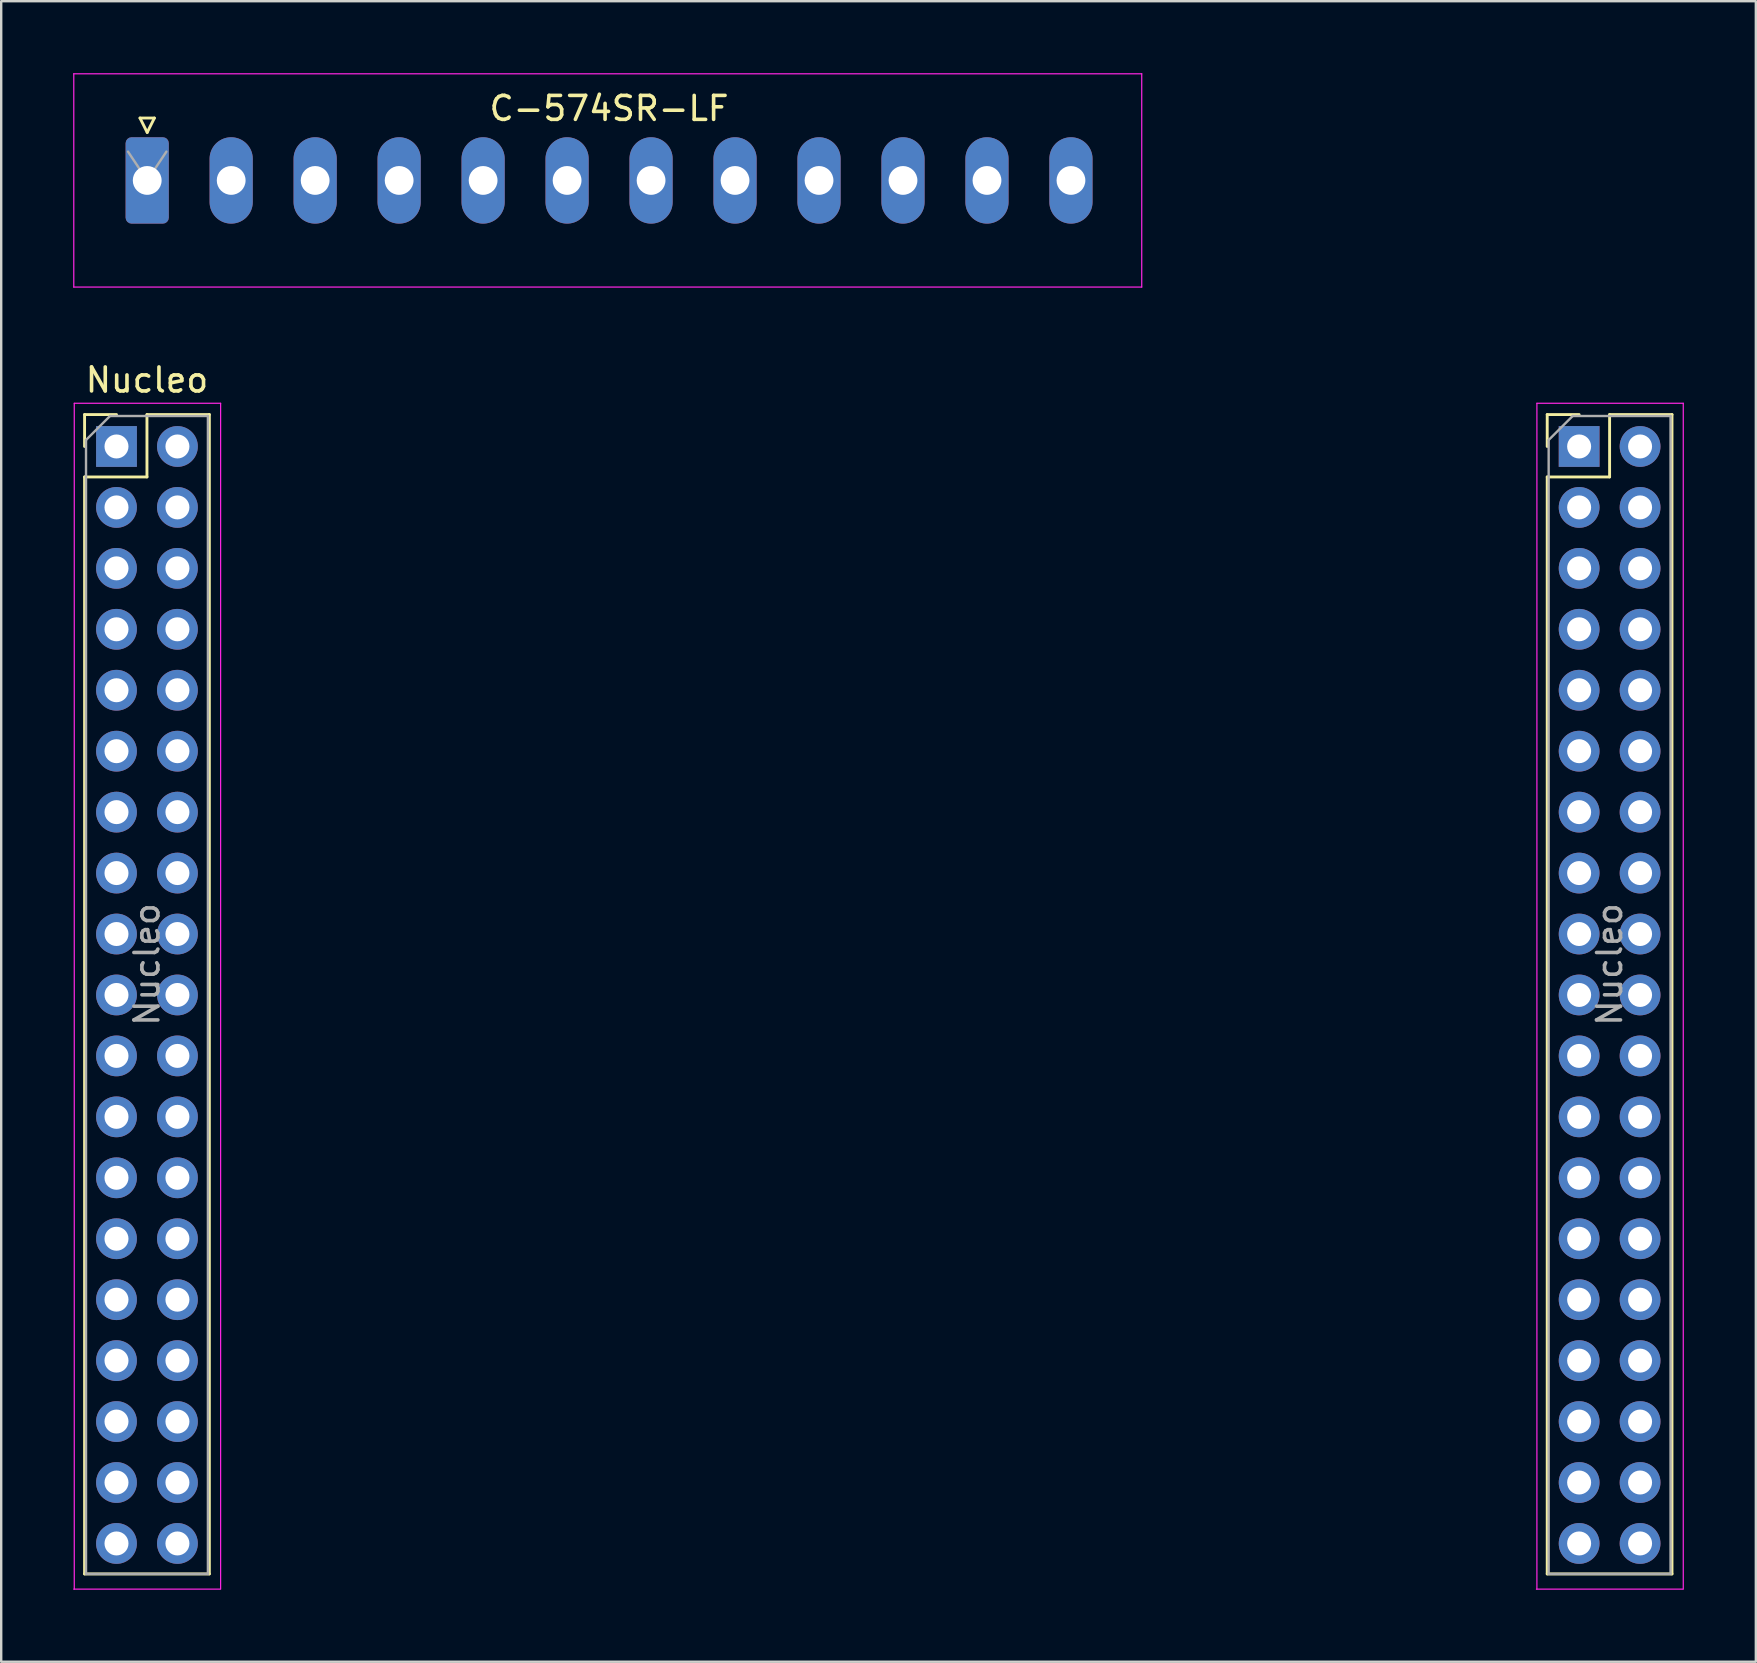
<source format=kicad_pcb>
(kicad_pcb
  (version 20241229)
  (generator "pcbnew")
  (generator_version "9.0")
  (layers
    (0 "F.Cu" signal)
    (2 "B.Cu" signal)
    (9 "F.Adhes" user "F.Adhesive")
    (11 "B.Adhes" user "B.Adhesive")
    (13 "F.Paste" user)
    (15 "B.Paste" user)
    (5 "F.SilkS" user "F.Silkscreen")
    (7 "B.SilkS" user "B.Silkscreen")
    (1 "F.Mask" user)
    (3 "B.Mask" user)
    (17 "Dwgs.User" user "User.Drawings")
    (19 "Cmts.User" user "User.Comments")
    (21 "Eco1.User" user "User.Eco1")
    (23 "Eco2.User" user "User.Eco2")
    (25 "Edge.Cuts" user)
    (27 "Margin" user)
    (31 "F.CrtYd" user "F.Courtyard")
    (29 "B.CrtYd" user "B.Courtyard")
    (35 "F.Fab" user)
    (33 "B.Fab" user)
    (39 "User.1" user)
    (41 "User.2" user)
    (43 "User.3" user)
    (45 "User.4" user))
  (footprint "Nucleo"
    (layer "F.Cu")
    (at 1.805 15.558)
    (property "Reference" "Nucleo" (at 1.27 -2.77 0) (layer "F.SilkS") (effects (font (size 1 1) (thickness 0.15))))
    (attr through_hole)
    (fp_line (start -1.33 -1.33) (end -1.33 0) (stroke (width 0.12) (type solid)) (layer "F.SilkS"))
    (fp_line (start -1.33 1.27) (end -1.33 46.99) (stroke (width 0.12) (type solid)) (layer "F.SilkS"))
    (fp_line (start 0 -1.33) (end -1.33 -1.33) (stroke (width 0.12) (type solid)) (layer "F.SilkS"))
    (fp_line (start 1.27 -1.33) (end 1.27 1.27) (stroke (width 0.12) (type solid)) (layer "F.SilkS"))
    (fp_line (start 1.27 1.27) (end -1.33 1.27) (stroke (width 0.12) (type solid)) (layer "F.SilkS"))
    (fp_line (start 3.87 -1.33) (end 1.27 -1.33) (stroke (width 0.12) (type solid)) (layer "F.SilkS"))
    (fp_line (start 3.87 -1.33) (end 3.87 46.99) (stroke (width 0.12) (type solid)) (layer "F.SilkS"))
    (fp_line (start 3.87 46.99) (end -1.33 46.99) (stroke (width 0.12) (type solid)) (layer "F.SilkS"))
    (fp_line (start 59.63 -1.33) (end 59.63 0) (stroke (width 0.12) (type solid)) (layer "F.SilkS"))
    (fp_line (start 59.63 1.27) (end 59.63 46.99) (stroke (width 0.12) (type solid)) (layer "F.SilkS"))
    (fp_line (start 60.96 -1.33) (end 59.63 -1.33) (stroke (width 0.12) (type solid)) (layer "F.SilkS"))
    (fp_line (start 62.23 -1.33) (end 62.23 1.27) (stroke (width 0.12) (type solid)) (layer "F.SilkS"))
    (fp_line (start 62.23 1.27) (end 59.63 1.27) (stroke (width 0.12) (type solid)) (layer "F.SilkS"))
    (fp_line (start 64.83 -1.33) (end 62.23 -1.33) (stroke (width 0.12) (type solid)) (layer "F.SilkS"))
    (fp_line (start 64.83 -1.33) (end 64.83 46.99) (stroke (width 0.12) (type solid)) (layer "F.SilkS"))
    (fp_line (start 64.83 46.99) (end 59.63 46.99) (stroke (width 0.12) (type solid)) (layer "F.SilkS"))
    (fp_line (start -1.78 47.625) (end 4.32 47.625) (stroke (width 0.05) (type solid)) (layer "F.CrtYd"))
    (fp_line (start -1.76 -1.8) (end -1.76 47.625) (stroke (width 0.05) (type solid)) (layer "F.CrtYd"))
    (fp_line (start 4.34 -1.8) (end -1.76 -1.8) (stroke (width 0.05) (type solid)) (layer "F.CrtYd"))
    (fp_line (start 4.34 47.625) (end 4.34 -1.8) (stroke (width 0.05) (type solid)) (layer "F.CrtYd"))
    (fp_line (start 59.18 47.625) (end 65.28 47.625) (stroke (width 0.05) (type solid)) (layer "F.CrtYd"))
    (fp_line (start 59.2 -1.8) (end 59.2 47.625) (stroke (width 0.05) (type solid)) (layer "F.CrtYd"))
    (fp_line (start 65.3 -1.8) (end 59.2 -1.8) (stroke (width 0.05) (type solid)) (layer "F.CrtYd"))
    (fp_line (start 65.3 47.625) (end 65.3 -1.8) (stroke (width 0.05) (type solid)) (layer "F.CrtYd"))
    (fp_line (start -1.27 -0.27) (end -1.27 46.99) (stroke (width 0.1) (type solid)) (layer "F.Fab"))
    (fp_line (start -1.27 46.99) (end 3.81 46.99) (stroke (width 0.1) (type solid)) (layer "F.Fab"))
    (fp_line (start -0.27 -1.27) (end -1.27 -0.27) (stroke (width 0.1) (type solid)) (layer "F.Fab"))
    (fp_line (start 3.81 -1.27) (end -0.27 -1.27) (stroke (width 0.1) (type solid)) (layer "F.Fab"))
    (fp_line (start 3.81 46.99) (end 3.81 -1.27) (stroke (width 0.1) (type solid)) (layer "F.Fab"))
    (fp_line (start 59.69 -0.27) (end 59.69 46.99) (stroke (width 0.1) (type solid)) (layer "F.Fab"))
    (fp_line (start 59.69 46.99) (end 64.77 46.99) (stroke (width 0.1) (type solid)) (layer "F.Fab"))
    (fp_line (start 60.69 -1.27) (end 59.69 -0.27) (stroke (width 0.1) (type solid)) (layer "F.Fab"))
    (fp_line (start 64.77 -1.27) (end 60.69 -1.27) (stroke (width 0.1) (type solid)) (layer "F.Fab"))
    (fp_line (start 64.77 46.99) (end 64.77 -1.27) (stroke (width 0.1) (type solid)) (layer "F.Fab"))
    (fp_text user "${REFERENCE}" (at 62.23 21.59 90) (layer "F.Fab") (effects (font (size 1 1) (thickness 0.15))))
    (fp_text user "${REFERENCE}" (at 1.27 21.59 90) (layer "F.Fab") (effects (font (size 1 1) (thickness 0.15))))
    (pad "1" thru_hole rect (at 0 0) (size 1.7 1.7) (drill 1) (layers "*.Cu" "*.Mask"))
    (pad "2" thru_hole oval (at 2.54 0) (size 1.7 1.7) (drill 1) (layers "*.Cu" "*.Mask"))
    (pad "3" thru_hole oval (at 0 2.54) (size 1.7 1.7) (drill 1) (layers "*.Cu" "*.Mask"))
    (pad "4" thru_hole oval (at 2.54 2.54) (size 1.7 1.7) (drill 1) (layers "*.Cu" "*.Mask"))
    (pad "5" thru_hole oval (at 0 5.08) (size 1.7 1.7) (drill 1) (layers "*.Cu" "*.Mask"))
    (pad "6" thru_hole oval (at 2.54 5.08) (size 1.7 1.7) (drill 1) (layers "*.Cu" "*.Mask"))
    (pad "7" thru_hole oval (at 0 7.62) (size 1.7 1.7) (drill 1) (layers "*.Cu" "*.Mask"))
    (pad "8" thru_hole oval (at 2.54 7.62) (size 1.7 1.7) (drill 1) (layers "*.Cu" "*.Mask"))
    (pad "9" thru_hole oval (at 0 10.16) (size 1.7 1.7) (drill 1) (layers "*.Cu" "*.Mask"))
    (pad "10" thru_hole oval (at 2.54 10.16) (size 1.7 1.7) (drill 1) (layers "*.Cu" "*.Mask"))
    (pad "11" thru_hole oval (at 0 12.7) (size 1.7 1.7) (drill 1) (layers "*.Cu" "*.Mask"))
    (pad "12" thru_hole oval (at 2.54 12.7) (size 1.7 1.7) (drill 1) (layers "*.Cu" "*.Mask"))
    (pad "13" thru_hole oval (at 0 15.24) (size 1.7 1.7) (drill 1) (layers "*.Cu" "*.Mask"))
    (pad "14" thru_hole oval (at 2.54 15.24) (size 1.7 1.7) (drill 1) (layers "*.Cu" "*.Mask"))
    (pad "15" thru_hole oval (at 0 17.78) (size 1.7 1.7) (drill 1) (layers "*.Cu" "*.Mask"))
    (pad "16" thru_hole oval (at 2.54 17.78) (size 1.7 1.7) (drill 1) (layers "*.Cu" "*.Mask"))
    (pad "17" thru_hole oval (at 0 20.32) (size 1.7 1.7) (drill 1) (layers "*.Cu" "*.Mask"))
    (pad "18" thru_hole oval (at 2.54 20.32) (size 1.7 1.7) (drill 1) (layers "*.Cu" "*.Mask"))
    (pad "19" thru_hole oval (at 0 22.86) (size 1.7 1.7) (drill 1) (layers "*.Cu" "*.Mask"))
    (pad "20" thru_hole oval (at 2.54 22.86) (size 1.7 1.7) (drill 1) (layers "*.Cu" "*.Mask"))
    (pad "21" thru_hole oval (at 0 25.4) (size 1.7 1.7) (drill 1) (layers "*.Cu" "*.Mask"))
    (pad "22" thru_hole oval (at 2.54 25.4) (size 1.7 1.7) (drill 1) (layers "*.Cu" "*.Mask"))
    (pad "23" thru_hole oval (at 0 27.94) (size 1.7 1.7) (drill 1) (layers "*.Cu" "*.Mask"))
    (pad "24" thru_hole oval (at 2.54 27.94) (size 1.7 1.7) (drill 1) (layers "*.Cu" "*.Mask"))
    (pad "25" thru_hole oval (at 0 30.48) (size 1.7 1.7) (drill 1) (layers "*.Cu" "*.Mask"))
    (pad "26" thru_hole oval (at 2.54 30.48) (size 1.7 1.7) (drill 1) (layers "*.Cu" "*.Mask"))
    (pad "27" thru_hole oval (at 0 33.02) (size 1.7 1.7) (drill 1) (layers "*.Cu" "*.Mask"))
    (pad "28" thru_hole oval (at 2.54 33.02) (size 1.7 1.7) (drill 1) (layers "*.Cu" "*.Mask"))
    (pad "29" thru_hole oval (at 0 35.56) (size 1.7 1.7) (drill 1) (layers "*.Cu" "*.Mask"))
    (pad "30" thru_hole oval (at 2.54 35.56) (size 1.7 1.7) (drill 1) (layers "*.Cu" "*.Mask"))
    (pad "31" thru_hole oval (at 0 38.1) (size 1.7 1.7) (drill 1) (layers "*.Cu" "*.Mask"))
    (pad "32" thru_hole oval (at 2.54 38.1) (size 1.7 1.7) (drill 1) (layers "*.Cu" "*.Mask"))
    (pad "33" thru_hole oval (at 0 40.64) (size 1.7 1.7) (drill 1) (layers "*.Cu" "*.Mask"))
    (pad "34" thru_hole oval (at 2.54 40.64) (size 1.7 1.7) (drill 1) (layers "*.Cu" "*.Mask"))
    (pad "35" thru_hole oval (at 0 43.18) (size 1.7 1.7) (drill 1) (layers "*.Cu" "*.Mask"))
    (pad "36" thru_hole oval (at 2.54 43.18) (size 1.7 1.7) (drill 1) (layers "*.Cu" "*.Mask"))
    (pad "37" thru_hole oval (at 0 45.72) (size 1.7 1.7) (drill 1) (layers "*.Cu" "*.Mask"))
    (pad "38" thru_hole oval (at 2.54 45.72) (size 1.7 1.7) (drill 1) (layers "*.Cu" "*.Mask"))
    (pad "39" thru_hole rect (at 60.96 0) (size 1.7 1.7) (drill 1) (layers "*.Cu" "*.Mask"))
    (pad "40" thru_hole oval (at 63.5 0) (size 1.7 1.7) (drill 1) (layers "*.Cu" "*.Mask"))
    (pad "41" thru_hole oval (at 60.96 2.54) (size 1.7 1.7) (drill 1) (layers "*.Cu" "*.Mask"))
    (pad "42" thru_hole oval (at 63.5 2.54) (size 1.7 1.7) (drill 1) (layers "*.Cu" "*.Mask"))
    (pad "43" thru_hole oval (at 60.96 5.08) (size 1.7 1.7) (drill 1) (layers "*.Cu" "*.Mask"))
    (pad "44" thru_hole oval (at 63.5 5.08) (size 1.7 1.7) (drill 1) (layers "*.Cu" "*.Mask"))
    (pad "45" thru_hole oval (at 60.96 7.62) (size 1.7 1.7) (drill 1) (layers "*.Cu" "*.Mask"))
    (pad "46" thru_hole oval (at 63.5 7.62) (size 1.7 1.7) (drill 1) (layers "*.Cu" "*.Mask"))
    (pad "47" thru_hole oval (at 60.96 10.16) (size 1.7 1.7) (drill 1) (layers "*.Cu" "*.Mask"))
    (pad "48" thru_hole oval (at 63.5 10.16) (size 1.7 1.7) (drill 1) (layers "*.Cu" "*.Mask"))
    (pad "49" thru_hole oval (at 60.96 12.7) (size 1.7 1.7) (drill 1) (layers "*.Cu" "*.Mask"))
    (pad "50" thru_hole oval (at 63.5 12.7) (size 1.7 1.7) (drill 1) (layers "*.Cu" "*.Mask"))
    (pad "51" thru_hole oval (at 60.96 15.24) (size 1.7 1.7) (drill 1) (layers "*.Cu" "*.Mask"))
    (pad "52" thru_hole oval (at 63.5 15.24) (size 1.7 1.7) (drill 1) (layers "*.Cu" "*.Mask"))
    (pad "53" thru_hole oval (at 60.96 17.78) (size 1.7 1.7) (drill 1) (layers "*.Cu" "*.Mask"))
    (pad "54" thru_hole oval (at 63.5 17.78) (size 1.7 1.7) (drill 1) (layers "*.Cu" "*.Mask"))
    (pad "55" thru_hole oval (at 60.96 20.32) (size 1.7 1.7) (drill 1) (layers "*.Cu" "*.Mask"))
    (pad "56" thru_hole oval (at 63.5 20.32) (size 1.7 1.7) (drill 1) (layers "*.Cu" "*.Mask"))
    (pad "57" thru_hole oval (at 60.96 22.86) (size 1.7 1.7) (drill 1) (layers "*.Cu" "*.Mask"))
    (pad "58" thru_hole oval (at 63.5 22.86) (size 1.7 1.7) (drill 1) (layers "*.Cu" "*.Mask"))
    (pad "59" thru_hole oval (at 60.96 25.4) (size 1.7 1.7) (drill 1) (layers "*.Cu" "*.Mask"))
    (pad "60" thru_hole oval (at 63.5 25.4) (size 1.7 1.7) (drill 1) (layers "*.Cu" "*.Mask"))
    (pad "61" thru_hole oval (at 60.96 27.94) (size 1.7 1.7) (drill 1) (layers "*.Cu" "*.Mask"))
    (pad "62" thru_hole oval (at 63.5 27.94) (size 1.7 1.7) (drill 1) (layers "*.Cu" "*.Mask"))
    (pad "63" thru_hole oval (at 60.96 30.48) (size 1.7 1.7) (drill 1) (layers "*.Cu" "*.Mask"))
    (pad "64" thru_hole oval (at 63.5 30.48) (size 1.7 1.7) (drill 1) (layers "*.Cu" "*.Mask"))
    (pad "65" thru_hole oval (at 60.96 33.02) (size 1.7 1.7) (drill 1) (layers "*.Cu" "*.Mask"))
    (pad "66" thru_hole oval (at 63.5 33.02) (size 1.7 1.7) (drill 1) (layers "*.Cu" "*.Mask"))
    (pad "67" thru_hole oval (at 60.96 35.56) (size 1.7 1.7) (drill 1) (layers "*.Cu" "*.Mask"))
    (pad "68" thru_hole oval (at 63.5 35.56) (size 1.7 1.7) (drill 1) (layers "*.Cu" "*.Mask"))
    (pad "69" thru_hole oval (at 60.96 38.1) (size 1.7 1.7) (drill 1) (layers "*.Cu" "*.Mask"))
    (pad "70" thru_hole oval (at 63.5 38.1) (size 1.7 1.7) (drill 1) (layers "*.Cu" "*.Mask"))
    (pad "71" thru_hole oval (at 60.96 40.64) (size 1.7 1.7) (drill 1) (layers "*.Cu" "*.Mask"))
    (pad "72" thru_hole oval (at 63.5 40.64) (size 1.7 1.7) (drill 1) (layers "*.Cu" "*.Mask"))
    (pad "73" thru_hole oval (at 60.96 43.18) (size 1.7 1.7) (drill 1) (layers "*.Cu" "*.Mask"))
    (pad "74" thru_hole oval (at 63.5 43.18) (size 1.7 1.7) (drill 1) (layers "*.Cu" "*.Mask"))
    (pad "75" thru_hole oval (at 60.96 45.72) (size 1.7 1.7) (drill 1) (layers "*.Cu" "*.Mask"))
    (pad "76" thru_hole oval (at 63.5 45.72) (size 1.7 1.7) (drill 1) (layers "*.Cu" "*.Mask")))
  (footprint "C-574SR-LF"
    (layer "F.Cu")
    (at 3.085 4.47)
    (property "Reference" "C-574SR-LF" (at 19.25 -3 0) (layer "F.SilkS") (effects (font (size 1 1) (thickness 0.15))))
    (attr through_hole)
    (fp_line (start -0.3 -2.6) (end 0.3 -2.6) (stroke (width 0.12) (type solid)) (layer "F.SilkS"))
    (fp_line (start 0 -2) (end -0.3 -2.6) (stroke (width 0.12) (type solid)) (layer "F.SilkS"))
    (fp_line (start 0.3 -2.6) (end 0 -2) (stroke (width 0.12) (type solid)) (layer "F.SilkS"))
    (fp_line (start -3.06 -4.445) (end -3.06 4.445) (stroke (width 0.05) (type solid)) (layer "F.CrtYd"))
    (fp_line (start -3.06 4.445) (end 41.45 4.445) (stroke (width 0.05) (type solid)) (layer "F.CrtYd"))
    (fp_line (start 41.45 -4.445) (end -3.06 -4.445) (stroke (width 0.05) (type solid)) (layer "F.CrtYd"))
    (fp_line (start 41.45 4.445) (end 41.45 -4.445) (stroke (width 0.05) (type solid)) (layer "F.CrtYd"))
    (fp_line (start 0 0) (end -0.8 -1.2) (stroke (width 0.1) (type solid)) (layer "F.Fab"))
    (fp_line (start 0.8 -1.2) (end 0 0) (stroke (width 0.1) (type solid)) (layer "F.Fab"))
    (pad "1" thru_hole roundrect (at 0 0) (size 1.8 3.6) (drill 1.2) (layers "*.Cu" "*.Mask") (roundrect_rratio 0.139))
    (pad "2" thru_hole oval (at 3.5 0) (size 1.8 3.6) (drill 1.2) (layers "*.Cu" "*.Mask"))
    (pad "3" thru_hole oval (at 7 0) (size 1.8 3.6) (drill 1.2) (layers "*.Cu" "*.Mask"))
    (pad "4" thru_hole oval (at 10.5 0) (size 1.8 3.6) (drill 1.2) (layers "*.Cu" "*.Mask"))
    (pad "5" thru_hole oval (at 14 0) (size 1.8 3.6) (drill 1.2) (layers "*.Cu" "*.Mask"))
    (pad "6" thru_hole oval (at 17.5 0) (size 1.8 3.6) (drill 1.2) (layers "*.Cu" "*.Mask"))
    (pad "7" thru_hole oval (at 21 0) (size 1.8 3.6) (drill 1.2) (layers "*.Cu" "*.Mask"))
    (pad "8" thru_hole oval (at 24.5 0) (size 1.8 3.6) (drill 1.2) (layers "*.Cu" "*.Mask"))
    (pad "9" thru_hole oval (at 28 0) (size 1.8 3.6) (drill 1.2) (layers "*.Cu" "*.Mask"))
    (pad "10" thru_hole oval (at 31.5 0) (size 1.8 3.6) (drill 1.2) (layers "*.Cu" "*.Mask"))
    (pad "11" thru_hole oval (at 35 0) (size 1.8 3.6) (drill 1.2) (layers "*.Cu" "*.Mask"))
    (pad "12" thru_hole oval (at 38.5 0) (size 1.8 3.6) (drill 1.2) (layers "*.Cu" "*.Mask")))
  (gr_rect
    (start -3 -3)
    (end 70.13 66.208)
    (stroke (width 0.1) (type default))
    (fill no)
    (layer "Edge.Cuts")))
</source>
